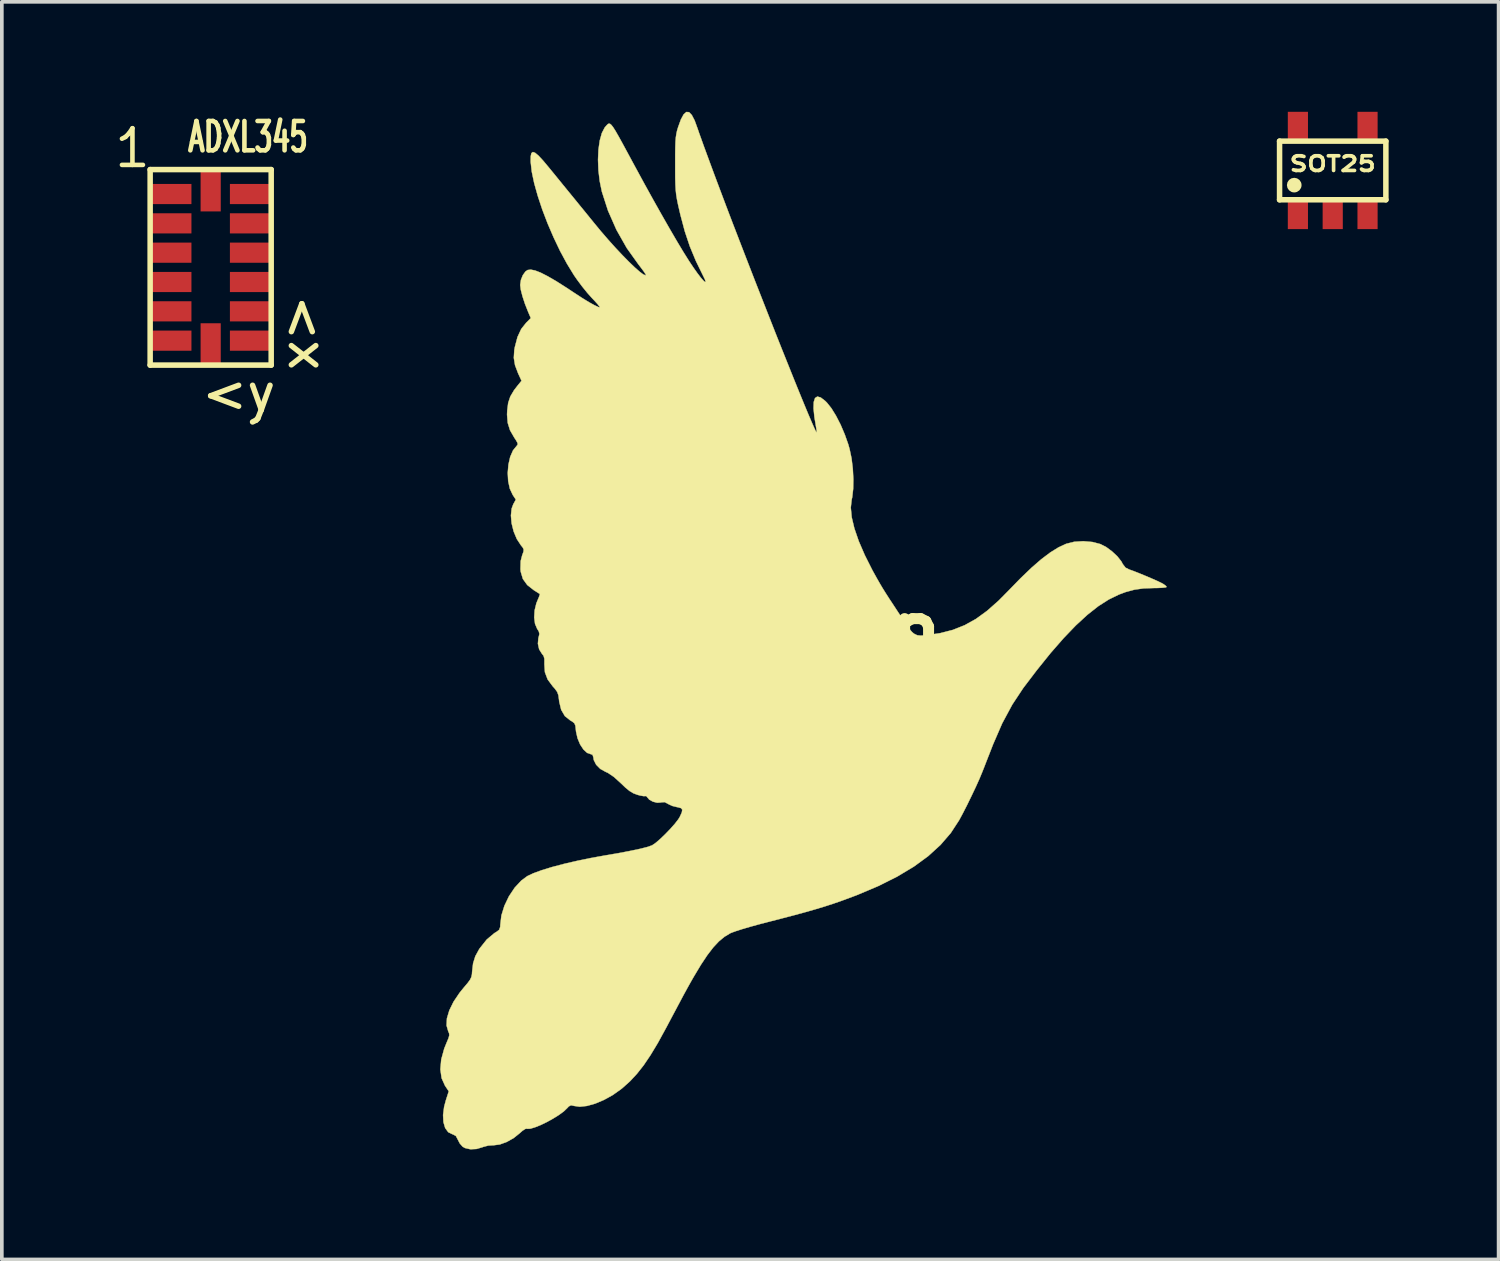
<source format=kicad_pcb>
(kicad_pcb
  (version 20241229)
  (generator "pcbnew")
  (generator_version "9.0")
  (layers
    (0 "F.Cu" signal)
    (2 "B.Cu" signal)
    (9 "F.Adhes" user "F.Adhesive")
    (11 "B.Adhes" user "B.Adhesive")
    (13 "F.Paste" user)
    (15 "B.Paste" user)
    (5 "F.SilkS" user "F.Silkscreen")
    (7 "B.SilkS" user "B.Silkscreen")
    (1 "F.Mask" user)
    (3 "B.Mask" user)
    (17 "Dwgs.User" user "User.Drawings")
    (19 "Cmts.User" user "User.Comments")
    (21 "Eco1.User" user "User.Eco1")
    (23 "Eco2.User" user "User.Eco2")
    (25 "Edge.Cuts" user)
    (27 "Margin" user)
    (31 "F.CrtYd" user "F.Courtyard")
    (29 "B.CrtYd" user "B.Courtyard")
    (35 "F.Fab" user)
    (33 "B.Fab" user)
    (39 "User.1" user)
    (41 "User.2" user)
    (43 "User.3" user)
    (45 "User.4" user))
  (footprint "pigeon"
    (layer "F.Cu")
    (at 18.87 14.152)
    (property "Reference" "pigeon" (at 0 0 0) (layer "F.SilkS") (effects (font (size 1.524 1.524) (thickness 0.3))))
    (attr through_hole)
    (fp_poly (pts (xy -3.123 -14.142) (xy -3.048 -14.064) (xy -2.97 -13.914) (xy -2.889 -13.691) (xy -2.885 -13.68) (xy -2.849 -13.574) (xy -2.79 -13.41) (xy -2.713 -13.196) (xy -2.619 -12.941) (xy -2.514 -12.655) (xy -2.399 -12.346) (xy -2.278 -12.024) (xy -2.155 -11.697) (xy -2.033 -11.375) (xy -1.915 -11.066) (xy -1.894 -11.013) (xy -1.703 -10.517) (xy -1.51 -10.018) (xy -1.317 -9.521) (xy -1.125 -9.032) (xy -0.937 -8.553) (xy -0.755 -8.091) (xy -0.58 -7.651) (xy -0.413 -7.235) (xy -0.259 -6.851) (xy -0.117 -6.501) (xy 0.01 -6.191) (xy 0.12 -5.926) (xy 0.212 -5.71) (xy 0.283 -5.548) (xy 0.331 -5.445) (xy 0.354 -5.407) (xy 0.361 -5.425) (xy 0.352 -5.494) (xy 0.348 -5.515) (xy 0.297 -5.822) (xy 0.273 -6.062) (xy 0.279 -6.236) (xy 0.314 -6.343) (xy 0.377 -6.384) (xy 0.468 -6.359) (xy 0.588 -6.267) (xy 0.637 -6.219) (xy 0.759 -6.066) (xy 0.887 -5.859) (xy 1.012 -5.615) (xy 1.125 -5.35) (xy 1.22 -5.081) (xy 1.256 -4.953) (xy 1.31 -4.697) (xy 1.344 -4.415) (xy 1.359 -4.131) (xy 1.354 -3.864) (xy 1.328 -3.637) (xy 1.313 -3.57) (xy 1.289 -3.355) (xy 1.314 -3.092) (xy 1.387 -2.786) (xy 1.506 -2.44) (xy 1.67 -2.06) (xy 1.877 -1.649) (xy 1.916 -1.578) (xy 2.001 -1.425) (xy 2.077 -1.292) (xy 2.152 -1.165) (xy 2.236 -1.03) (xy 2.337 -0.872) (xy 2.465 -0.678) (xy 2.562 -0.53) (xy 2.693 -0.332) (xy 2.791 -0.186) (xy 2.863 -0.082) (xy 2.915 -0.012) (xy 2.955 0.034) (xy 2.989 0.065) (xy 3.024 0.09) (xy 3.029 0.094) (xy 3.101 0.127) (xy 3.194 0.138) (xy 3.332 0.129) (xy 3.347 0.128) (xy 3.729 0.07) (xy 4.075 -0.019) (xy 4.396 -0.147) (xy 4.704 -0.318) (xy 5.009 -0.54) (xy 5.322 -0.817) (xy 5.591 -1.089) (xy 5.923 -1.43) (xy 6.22 -1.715) (xy 6.487 -1.947) (xy 6.73 -2.13) (xy 6.952 -2.268) (xy 7.16 -2.365) (xy 7.165 -2.367) (xy 7.382 -2.422) (xy 7.631 -2.438) (xy 7.883 -2.416) (xy 8.097 -2.36) (xy 8.253 -2.281) (xy 8.413 -2.163) (xy 8.559 -2.027) (xy 8.669 -1.888) (xy 8.708 -1.815) (xy 8.783 -1.717) (xy 8.885 -1.666) (xy 8.995 -1.627) (xy 9.145 -1.568) (xy 9.315 -1.498) (xy 9.487 -1.425) (xy 9.642 -1.357) (xy 9.759 -1.301) (xy 9.806 -1.276) (xy 9.875 -1.228) (xy 9.906 -1.191) (xy 9.906 -1.19) (xy 9.872 -1.177) (xy 9.782 -1.168) (xy 9.651 -1.162) (xy 9.563 -1.161) (xy 9.275 -1.151) (xy 9.027 -1.116) (xy 8.789 -1.052) (xy 8.601 -0.982) (xy 8.326 -0.848) (xy 8.04 -0.665) (xy 7.742 -0.43) (xy 7.428 -0.141) (xy 7.096 0.205) (xy 6.742 0.61) (xy 6.366 1.077) (xy 5.994 1.566) (xy 5.695 2.018) (xy 5.419 2.531) (xy 5.174 3.096) (xy 5.171 3.102) (xy 5.091 3.308) (xy 5.005 3.527) (xy 4.926 3.731) (xy 4.873 3.864) (xy 4.798 4.045) (xy 4.697 4.269) (xy 4.58 4.515) (xy 4.459 4.763) (xy 4.341 4.993) (xy 4.243 5.175) (xy 4.017 5.521) (xy 3.737 5.846) (xy 3.401 6.152) (xy 3.007 6.44) (xy 2.551 6.713) (xy 2.03 6.973) (xy 1.442 7.221) (xy 1.04 7.37) (xy 0.813 7.449) (xy 0.582 7.524) (xy 0.334 7.599) (xy 0.059 7.678) (xy -0.256 7.764) (xy -0.62 7.859) (xy -0.97 7.949) (xy -1.219 8.014) (xy -1.455 8.079) (xy -1.666 8.141) (xy -1.838 8.196) (xy -1.96 8.24) (xy -2 8.257) (xy -2.157 8.352) (xy -2.31 8.479) (xy -2.464 8.644) (xy -2.626 8.855) (xy -2.801 9.119) (xy -2.995 9.443) (xy -3.017 9.481) (xy -3.065 9.565) (xy -3.111 9.647) (xy -3.159 9.733) (xy -3.214 9.834) (xy -3.281 9.956) (xy -3.362 10.109) (xy -3.464 10.301) (xy -3.591 10.539) (xy -3.746 10.832) (xy -3.764 10.865) (xy -3.976 11.252) (xy -4.173 11.579) (xy -4.36 11.856) (xy -4.546 12.092) (xy -4.736 12.296) (xy -4.938 12.477) (xy -4.984 12.514) (xy -5.209 12.673) (xy -5.447 12.804) (xy -5.684 12.904) (xy -5.908 12.967) (xy -6.106 12.989) (xy -6.266 12.966) (xy -6.275 12.963) (xy -6.345 12.949) (xy -6.403 12.98) (xy -6.447 13.027) (xy -6.541 13.117) (xy -6.674 13.214) (xy -6.833 13.313) (xy -7.003 13.407) (xy -7.173 13.489) (xy -7.328 13.551) (xy -7.454 13.588) (xy -7.538 13.592) (xy -7.552 13.586) (xy -7.596 13.597) (xy -7.672 13.648) (xy -7.741 13.71) (xy -7.907 13.843) (xy -8.095 13.949) (xy -8.284 14.018) (xy -8.453 14.04) (xy -8.465 14.04) (xy -8.603 14.049) (xy -8.739 14.085) (xy -8.753 14.091) (xy -8.92 14.141) (xy -9.089 14.149) (xy -9.236 14.115) (xy -9.3 14.078) (xy -9.377 13.991) (xy -9.433 13.883) (xy -9.433 13.883) (xy -9.483 13.788) (xy -9.563 13.743) (xy -9.577 13.74) (xy -9.693 13.683) (xy -9.776 13.569) (xy -9.823 13.409) (xy -9.833 13.213) (xy -9.804 12.989) (xy -9.758 12.817) (xy -9.678 12.568) (xy -9.782 12.412) (xy -9.873 12.209) (xy -9.907 11.97) (xy -9.883 11.699) (xy -9.802 11.404) (xy -9.735 11.238) (xy -9.685 11.119) (xy -9.664 11.042) (xy -9.669 10.984) (xy -9.692 10.933) (xy -9.738 10.773) (xy -9.728 10.579) (xy -9.663 10.361) (xy -9.548 10.126) (xy -9.385 9.884) (xy -9.273 9.745) (xy -9.166 9.619) (xy -9.099 9.528) (xy -9.062 9.452) (xy -9.045 9.373) (xy -9.041 9.307) (xy -9.014 9.077) (xy -8.953 8.882) (xy -8.846 8.687) (xy -8.831 8.666) (xy -8.642 8.428) (xy -8.436 8.255) (xy -8.373 8.217) (xy -8.303 8.163) (xy -8.275 8.085) (xy -8.272 8.027) (xy -8.242 7.772) (xy -8.16 7.507) (xy -8.036 7.248) (xy -7.88 7.014) (xy -7.7 6.82) (xy -7.535 6.698) (xy -7.37 6.62) (xy -7.142 6.537) (xy -6.862 6.451) (xy -6.537 6.365) (xy -6.179 6.282) (xy -5.796 6.203) (xy -5.407 6.133) (xy -5.029 6.068) (xy -4.711 6.007) (xy -4.456 5.953) (xy -4.266 5.905) (xy -4.144 5.863) (xy -4.126 5.855) (xy -4.033 5.791) (xy -3.91 5.685) (xy -3.772 5.553) (xy -3.634 5.41) (xy -3.511 5.271) (xy -3.418 5.151) (xy -3.378 5.087) (xy -3.321 4.963) (xy -3.308 4.886) (xy -3.342 4.843) (xy -3.426 4.819) (xy -3.453 4.815) (xy -3.575 4.785) (xy -3.682 4.736) (xy -3.698 4.726) (xy -3.788 4.679) (xy -3.877 4.685) (xy -3.89 4.689) (xy -3.991 4.696) (xy -4.107 4.667) (xy -4.207 4.613) (xy -4.261 4.549) (xy -4.294 4.512) (xy -4.313 4.515) (xy -4.363 4.516) (xy -4.458 4.499) (xy -4.535 4.478) (xy -4.644 4.437) (xy -4.747 4.375) (xy -4.862 4.28) (xy -4.978 4.169) (xy -5.173 3.992) (xy -5.339 3.88) (xy -5.4 3.853) (xy -5.544 3.773) (xy -5.657 3.659) (xy -5.722 3.531) (xy -5.733 3.46) (xy -5.755 3.389) (xy -5.797 3.373) (xy -5.902 3.337) (xy -6.004 3.243) (xy -6.095 3.105) (xy -6.165 2.937) (xy -6.206 2.754) (xy -6.211 2.705) (xy -6.223 2.594) (xy -6.252 2.527) (xy -6.314 2.478) (xy -6.365 2.449) (xy -6.511 2.332) (xy -6.611 2.16) (xy -6.665 1.937) (xy -6.67 1.89) (xy -6.686 1.767) (xy -6.719 1.675) (xy -6.784 1.584) (xy -6.842 1.52) (xy -6.981 1.332) (xy -7.055 1.135) (xy -7.07 0.91) (xy -7.069 0.89) (xy -7.069 0.769) (xy -7.091 0.689) (xy -7.137 0.631) (xy -7.212 0.511) (xy -7.246 0.358) (xy -7.233 0.203) (xy -7.225 0.178) (xy -7.205 0.091) (xy -7.223 0.019) (xy -7.267 -0.049) (xy -7.324 -0.183) (xy -7.347 -0.358) (xy -7.335 -0.553) (xy -7.288 -0.746) (xy -7.261 -0.812) (xy -7.219 -0.912) (xy -7.195 -0.98) (xy -7.193 -0.998) (xy -7.227 -1.02) (xy -7.302 -1.068) (xy -7.354 -1.1) (xy -7.537 -1.244) (xy -7.656 -1.409) (xy -7.715 -1.607) (xy -7.722 -1.674) (xy -7.716 -1.897) (xy -7.676 -2.052) (xy -7.64 -2.151) (xy -7.634 -2.213) (xy -7.661 -2.268) (xy -7.707 -2.324) (xy -7.822 -2.499) (xy -7.908 -2.705) (xy -7.963 -2.925) (xy -7.982 -3.139) (xy -7.962 -3.329) (xy -7.918 -3.447) (xy -7.848 -3.573) (xy -7.933 -3.702) (xy -8.012 -3.871) (xy -8.057 -4.077) (xy -8.069 -4.302) (xy -8.05 -4.528) (xy -8.002 -4.739) (xy -7.925 -4.916) (xy -7.824 -5.04) (xy -7.798 -5.073) (xy -7.802 -5.117) (xy -7.841 -5.189) (xy -7.893 -5.268) (xy -8.007 -5.466) (xy -8.069 -5.665) (xy -8.088 -5.892) (xy -8.083 -6.005) (xy -8.057 -6.211) (xy -7.999 -6.385) (xy -7.898 -6.556) (xy -7.815 -6.664) (xy -7.693 -6.815) (xy -7.787 -7.02) (xy -7.87 -7.239) (xy -7.903 -7.439) (xy -7.89 -7.652) (xy -7.876 -7.731) (xy -7.803 -8.008) (xy -7.701 -8.227) (xy -7.569 -8.394) (xy -7.44 -8.524) (xy -7.512 -8.693) (xy -7.598 -8.91) (xy -7.666 -9.117) (xy -7.712 -9.295) (xy -7.729 -9.427) (xy -7.729 -9.431) (xy -7.709 -9.567) (xy -7.657 -9.696) (xy -7.586 -9.795) (xy -7.526 -9.836) (xy -7.44 -9.846) (xy -7.323 -9.823) (xy -7.171 -9.764) (xy -6.981 -9.667) (xy -6.746 -9.531) (xy -6.463 -9.351) (xy -6.259 -9.216) (xy -6.043 -9.075) (xy -5.856 -8.96) (xy -5.706 -8.877) (xy -5.601 -8.828) (xy -5.558 -8.817) (xy -5.568 -8.841) (xy -5.619 -8.906) (xy -5.703 -8.999) (xy -5.771 -9.071) (xy -5.896 -9.21) (xy -6.038 -9.386) (xy -6.177 -9.572) (xy -6.262 -9.695) (xy -6.453 -10.007) (xy -6.64 -10.353) (xy -6.817 -10.724) (xy -6.981 -11.105) (xy -7.127 -11.487) (xy -7.25 -11.858) (xy -7.347 -12.204) (xy -7.413 -12.516) (xy -7.443 -12.781) (xy -7.444 -12.813) (xy -7.441 -12.943) (xy -7.423 -13.024) (xy -7.384 -13.055) (xy -7.322 -13.033) (xy -7.231 -12.957) (xy -7.108 -12.825) (xy -6.949 -12.635) (xy -6.918 -12.597) (xy -6.757 -12.4) (xy -6.574 -12.175) (xy -6.392 -11.952) (xy -6.235 -11.76) (xy -6.096 -11.589) (xy -5.955 -11.417) (xy -5.828 -11.26) (xy -5.729 -11.138) (xy -5.715 -11.121) (xy -5.522 -10.887) (xy -5.324 -10.658) (xy -5.128 -10.44) (xy -4.938 -10.238) (xy -4.762 -10.059) (xy -4.605 -9.908) (xy -4.474 -9.793) (xy -4.375 -9.718) (xy -4.312 -9.691) (xy -4.299 -9.695) (xy -4.313 -9.729) (xy -4.364 -9.805) (xy -4.443 -9.911) (xy -4.498 -9.982) (xy -4.822 -10.436) (xy -5.104 -10.934) (xy -5.334 -11.456) (xy -5.501 -11.974) (xy -5.56 -12.261) (xy -5.595 -12.556) (xy -5.606 -12.847) (xy -5.594 -13.121) (xy -5.559 -13.367) (xy -5.502 -13.571) (xy -5.425 -13.721) (xy -5.4 -13.751) (xy -5.366 -13.789) (xy -5.337 -13.817) (xy -5.309 -13.83) (xy -5.278 -13.823) (xy -5.241 -13.792) (xy -5.193 -13.73) (xy -5.131 -13.632) (xy -5.051 -13.493) (xy -4.949 -13.309) (xy -4.821 -13.073) (xy -4.663 -12.78) (xy -4.6 -12.664) (xy -4.348 -12.2) (xy -4.103 -11.757) (xy -3.869 -11.341) (xy -3.651 -10.959) (xy -3.453 -10.62) (xy -3.279 -10.33) (xy -3.133 -10.097) (xy -3.127 -10.087) (xy -3.005 -9.904) (xy -2.896 -9.75) (xy -2.804 -9.63) (xy -2.733 -9.548) (xy -2.687 -9.508) (xy -2.671 -9.514) (xy -2.687 -9.572) (xy -2.739 -9.679) (xy -2.938 -10.086) (xy -3.102 -10.482) (xy -3.239 -10.892) (xy -3.359 -11.343) (xy -3.381 -11.438) (xy -3.422 -11.616) (xy -3.452 -11.762) (xy -3.473 -11.892) (xy -3.487 -12.023) (xy -3.495 -12.17) (xy -3.5 -12.35) (xy -3.501 -12.578) (xy -3.501 -12.718) (xy -3.501 -12.98) (xy -3.498 -13.182) (xy -3.493 -13.336) (xy -3.483 -13.457) (xy -3.468 -13.555) (xy -3.448 -13.645) (xy -3.421 -13.734) (xy -3.345 -13.944) (xy -3.271 -14.081) (xy -3.197 -14.147) (xy -3.123 -14.142)) (stroke (width 0.01) (type solid)) (fill yes) (layer "F.SilkS")))
  (footprint "SOT25"
    (layer "F.Cu")
    (at 33.306 1.6)
    (property "Reference" "SOT25" (at 0 -0.18 0) (layer "F.SilkS") (effects (font (size 0.4 0.5) (thickness 0.1))))
    (attr through_hole)
    (fp_line (start -1.45 -0.8) (end 1.45 -0.8) (stroke (width 0.15) (type solid)) (layer "F.SilkS"))
    (fp_line (start -1.45 0.8) (end -1.45 -0.8) (stroke (width 0.15) (type solid)) (layer "F.SilkS"))
    (fp_line (start 1.45 -0.8) (end 1.45 0.8) (stroke (width 0.15) (type solid)) (layer "F.SilkS"))
    (fp_line (start 1.45 0.8) (end -1.45 0.8) (stroke (width 0.15) (type solid)) (layer "F.SilkS"))
    (fp_circle (center -1.05 0.4) (end -0.95 0.4) (stroke (width 0.2) (type solid)) (fill no) (layer "F.SilkS"))
    (pad "1" smd rect (at -0.95 1.2) (size 0.55 0.8) (layers "F.Cu" "F.Mask" "F.Paste"))
    (pad "2" smd rect (at 0 1.2) (size 0.55 0.8) (layers "F.Cu" "F.Mask" "F.Paste"))
    (pad "3" smd rect (at 0.95 1.2) (size 0.55 0.8) (layers "F.Cu" "F.Mask" "F.Paste"))
    (pad "4" smd rect (at 0.95 -1.2) (size 0.55 0.8) (layers "F.Cu" "F.Mask" "F.Paste"))
    (pad "5" smd rect (at -0.95 -1.2) (size 0.55 0.8) (layers "F.Cu" "F.Mask" "F.Paste")))
  (footprint "ADXL345"
    (layer "F.Cu")
    (at 2.697 4.243)
    (property "Reference" "ADXL345" (at 1.016 -3.556 0) (layer "F.SilkS") (effects (font (size 0.8 0.5) (thickness 0.125))))
    (attr through_hole)
    (fp_line (start -1.651 -2.667) (end 1.651 -2.667) (stroke (width 0.15) (type solid)) (layer "F.SilkS"))
    (fp_line (start -1.651 2.667) (end -1.651 -2.667) (stroke (width 0.15) (type solid)) (layer "F.SilkS"))
    (fp_line (start 1.651 -2.667) (end 1.651 2.667) (stroke (width 0.15) (type solid)) (layer "F.SilkS"))
    (fp_line (start 1.651 2.667) (end -1.651 2.667) (stroke (width 0.15) (type solid)) (layer "F.SilkS"))
    (fp_text user "1" (at -2.134 -3.251 0) (layer "F.SilkS") (effects (font (size 1 1) (thickness 0.125))))
    (fp_text user "<y" (at 0.762 3.429 0) (layer "F.SilkS") (effects (font (size 1 1) (thickness 0.15))))
    (fp_text user "x>" (at 2.413 1.778 90) (layer "F.SilkS") (effects (font (size 1 1) (thickness 0.15))))
    (pad "" smd rect (at -1.097 -0.4) (size 1.145 0.55) (layers "F.Cu" "F.Mask" "F.Paste"))
    (pad "" smd rect (at 1.097 -0.4) (size 1.145 0.55) (layers "F.Cu" "F.Mask" "F.Paste"))
    (pad "" smd rect (at 1.097 0.4) (size 1.145 0.55) (layers "F.Cu" "F.Mask" "F.Paste"))
    (pad "1" smd rect (at -1.097 -2) (size 1.145 0.55) (layers "F.Cu" "F.Mask" "F.Paste"))
    (pad "2" smd rect (at -1.097 -1.2) (size 1.145 0.55) (layers "F.Cu" "F.Mask" "F.Paste"))
    (pad "4" smd rect (at -1.097 0.4) (size 1.145 0.55) (layers "F.Cu" "F.Mask" "F.Paste"))
    (pad "5" smd rect (at -1.097 1.2) (size 1.145 0.55) (layers "F.Cu" "F.Mask" "F.Paste"))
    (pad "6" smd rect (at -1.097 2) (size 1.145 0.55) (layers "F.Cu" "F.Mask" "F.Paste"))
    (pad "7" smd rect (at 0 2.098) (size 0.55 1.145) (layers "F.Cu" "F.Mask" "F.Paste"))
    (pad "8" smd rect (at 1.097 2) (size 1.145 0.55) (layers "F.Cu" "F.Mask" "F.Paste"))
    (pad "9" smd rect (at 1.097 1.2) (size 1.145 0.55) (layers "F.Cu" "F.Mask" "F.Paste"))
    (pad "12" smd rect (at 1.097 -1.2) (size 1.145 0.55) (layers "F.Cu" "F.Mask" "F.Paste"))
    (pad "13" smd rect (at 1.097 -2) (size 1.145 0.55) (layers "F.Cu" "F.Mask" "F.Paste"))
    (pad "14" smd rect (at 0 -2.098) (size 0.55 1.145) (layers "F.Cu" "F.Mask" "F.Paste")))
  (gr_rect
    (start -3 -3)
    (end 37.831 31.306)
    (stroke (width 0.1) (type default))
    (fill no)
    (layer "Edge.Cuts")))
</source>
